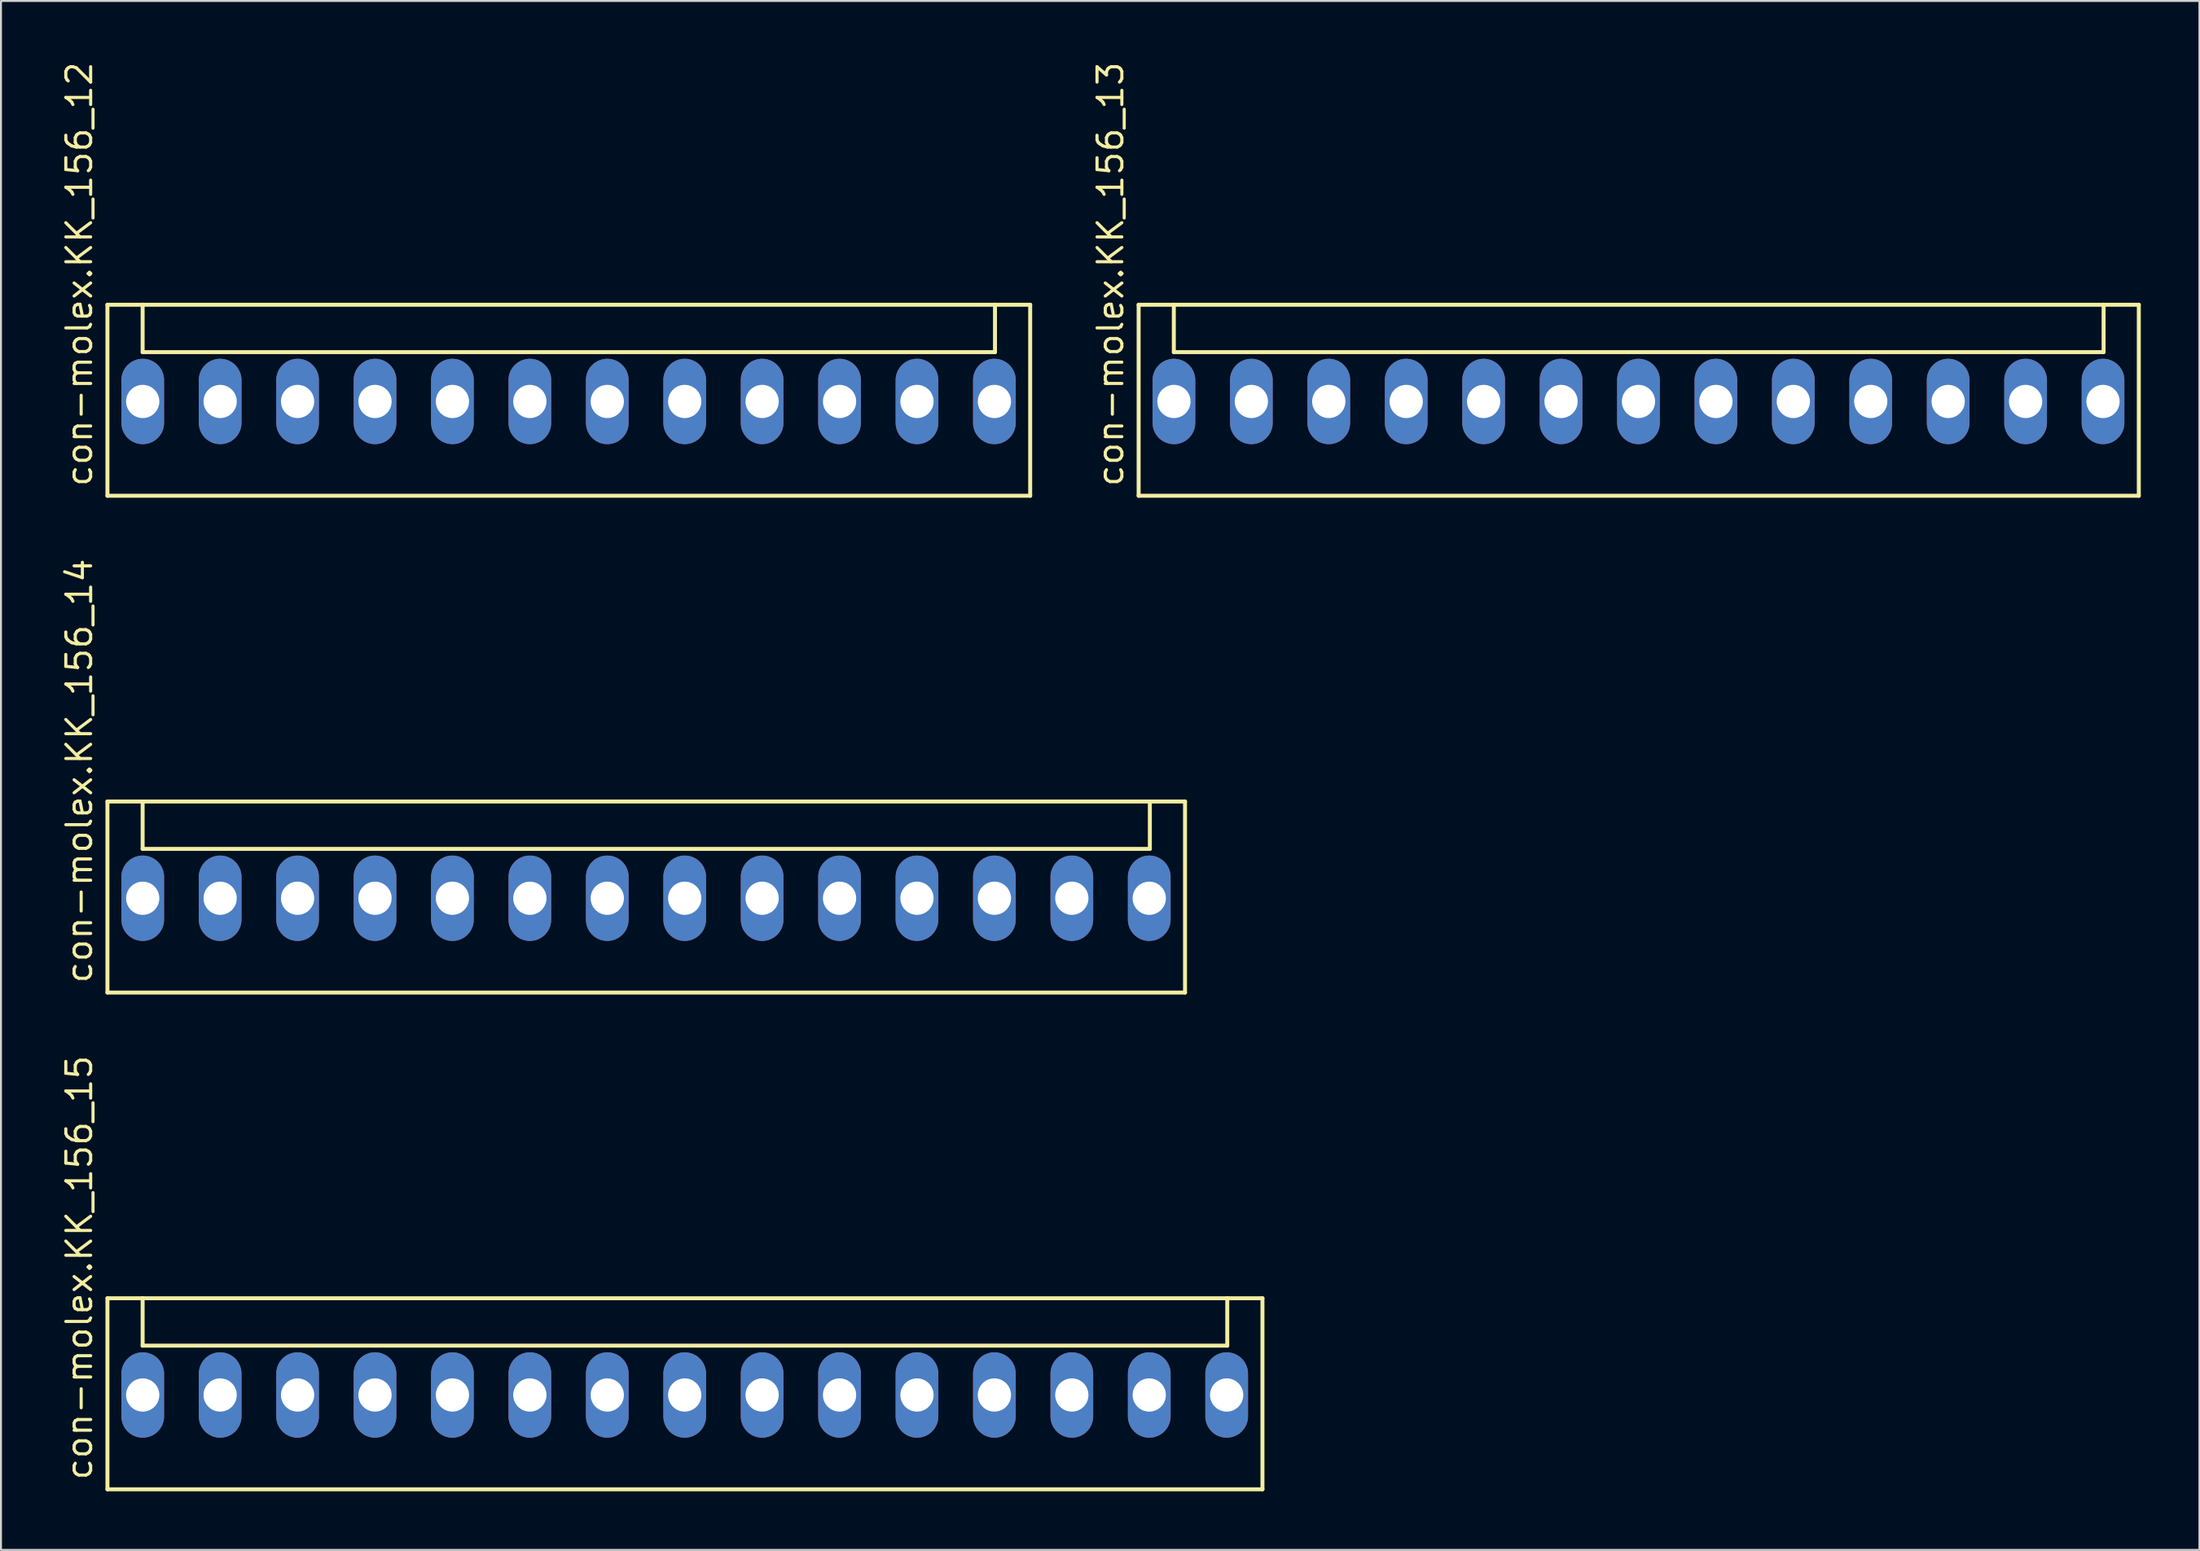
<source format=kicad_pcb>
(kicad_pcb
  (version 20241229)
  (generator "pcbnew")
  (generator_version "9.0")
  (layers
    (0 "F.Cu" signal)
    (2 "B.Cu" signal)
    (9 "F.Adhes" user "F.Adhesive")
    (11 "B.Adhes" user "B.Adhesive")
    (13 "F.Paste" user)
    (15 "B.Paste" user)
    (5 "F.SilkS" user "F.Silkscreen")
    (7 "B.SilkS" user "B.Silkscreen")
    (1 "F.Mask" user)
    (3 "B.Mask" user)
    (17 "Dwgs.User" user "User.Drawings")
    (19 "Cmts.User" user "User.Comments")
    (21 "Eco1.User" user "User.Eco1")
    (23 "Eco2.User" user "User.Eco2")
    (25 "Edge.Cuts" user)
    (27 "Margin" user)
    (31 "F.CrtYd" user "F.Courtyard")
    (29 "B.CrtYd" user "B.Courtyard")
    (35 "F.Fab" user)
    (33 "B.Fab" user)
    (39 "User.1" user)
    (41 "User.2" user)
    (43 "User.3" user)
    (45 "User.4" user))
  (footprint "con-molex.KK_156_15"
    (layer "F.Cu")
    (at 31.97 68.329)
    (property "Reference" "con-molex.KK_156_15" (at -30.22 4.445 90) (layer "F.SilkS") (effects (font (size 1.27 1.27) (thickness 0.16)) (justify left bottom)))
    (attr through_hole)
    (fp_line (start -29.525 -4.95) (end -29.525 4.825) (stroke (width 0.203) (type default)) (layer "F.SilkS"))
    (fp_line (start -29.525 4.825) (end 29.55 4.825) (stroke (width 0.203) (type default)) (layer "F.SilkS"))
    (fp_line (start -27.725 -4.95) (end -29.525 -4.95) (stroke (width 0.203) (type default)) (layer "F.SilkS"))
    (fp_line (start -27.725 -2.525) (end -27.725 -4.95) (stroke (width 0.203) (type default)) (layer "F.SilkS"))
    (fp_line (start -27.725 -2.525) (end 27.75 -2.525) (stroke (width 0.203) (type default)) (layer "F.SilkS"))
    (fp_line (start 27.75 -4.95) (end -27.725 -4.95) (stroke (width 0.203) (type default)) (layer "F.SilkS"))
    (fp_line (start 27.75 -2.525) (end 27.75 -4.95) (stroke (width 0.203) (type default)) (layer "F.SilkS"))
    (fp_line (start 29.55 -4.95) (end 27.75 -4.95) (stroke (width 0.203) (type default)) (layer "F.SilkS"))
    (fp_line (start 29.55 4.825) (end 29.55 -4.95) (stroke (width 0.203) (type default)) (layer "F.SilkS"))
    (pad "1" thru_hole oval (at -27.72 0 90) (size 4.369 2.184) (drill 1.7) (layers "*.Cu" "*.Mask"))
    (pad "2" thru_hole oval (at -23.76 0 90) (size 4.369 2.184) (drill 1.7) (layers "*.Cu" "*.Mask"))
    (pad "3" thru_hole oval (at -19.8 0 90) (size 4.369 2.184) (drill 1.7) (layers "*.Cu" "*.Mask"))
    (pad "4" thru_hole oval (at -15.84 0 90) (size 4.369 2.184) (drill 1.7) (layers "*.Cu" "*.Mask"))
    (pad "5" thru_hole oval (at -11.88 0 90) (size 4.369 2.184) (drill 1.7) (layers "*.Cu" "*.Mask"))
    (pad "6" thru_hole oval (at -7.92 0 90) (size 4.369 2.184) (drill 1.7) (layers "*.Cu" "*.Mask"))
    (pad "7" thru_hole oval (at -3.96 0 90) (size 4.369 2.184) (drill 1.7) (layers "*.Cu" "*.Mask"))
    (pad "8" thru_hole oval (at 0 0 90) (size 4.369 2.184) (drill 1.7) (layers "*.Cu" "*.Mask"))
    (pad "9" thru_hole oval (at 3.96 0 90) (size 4.369 2.184) (drill 1.7) (layers "*.Cu" "*.Mask"))
    (pad "10" thru_hole oval (at 7.92 0 90) (size 4.369 2.184) (drill 1.7) (layers "*.Cu" "*.Mask"))
    (pad "11" thru_hole oval (at 11.88 0 90) (size 4.369 2.184) (drill 1.7) (layers "*.Cu" "*.Mask"))
    (pad "12" thru_hole oval (at 15.84 0 90) (size 4.369 2.184) (drill 1.7) (layers "*.Cu" "*.Mask"))
    (pad "13" thru_hole oval (at 19.8 0 90) (size 4.369 2.184) (drill 1.7) (layers "*.Cu" "*.Mask"))
    (pad "14" thru_hole oval (at 23.76 0 90) (size 4.369 2.184) (drill 1.7) (layers "*.Cu" "*.Mask"))
    (pad "15" thru_hole oval (at 27.72 0 90) (size 4.369 2.184) (drill 1.7) (layers "*.Cu" "*.Mask")))
  (footprint "con-molex.KK_156_12"
    (layer "F.Cu")
    (at 26.03 17.492)
    (property "Reference" "con-molex.KK_156_12" (at -24.28 4.445 90) (layer "F.SilkS") (effects (font (size 1.27 1.27) (thickness 0.16)) (justify left bottom)))
    (attr through_hole)
    (fp_line (start -23.585 -4.95) (end -23.585 4.825) (stroke (width 0.203) (type default)) (layer "F.SilkS"))
    (fp_line (start -23.585 4.825) (end 23.61 4.825) (stroke (width 0.203) (type default)) (layer "F.SilkS"))
    (fp_line (start -21.785 -4.95) (end -23.585 -4.95) (stroke (width 0.203) (type default)) (layer "F.SilkS"))
    (fp_line (start -21.785 -2.525) (end -21.785 -4.95) (stroke (width 0.203) (type default)) (layer "F.SilkS"))
    (fp_line (start -21.785 -2.525) (end 21.81 -2.525) (stroke (width 0.203) (type default)) (layer "F.SilkS"))
    (fp_line (start 21.81 -4.95) (end -21.785 -4.95) (stroke (width 0.203) (type default)) (layer "F.SilkS"))
    (fp_line (start 21.81 -2.525) (end 21.81 -4.95) (stroke (width 0.203) (type default)) (layer "F.SilkS"))
    (fp_line (start 23.61 -4.95) (end 21.81 -4.95) (stroke (width 0.203) (type default)) (layer "F.SilkS"))
    (fp_line (start 23.61 4.825) (end 23.61 -4.95) (stroke (width 0.203) (type default)) (layer "F.SilkS"))
    (pad "1" thru_hole oval (at -21.78 0 90) (size 4.369 2.184) (drill 1.7) (layers "*.Cu" "*.Mask"))
    (pad "2" thru_hole oval (at -17.82 0 90) (size 4.369 2.184) (drill 1.7) (layers "*.Cu" "*.Mask"))
    (pad "3" thru_hole oval (at -13.86 0 90) (size 4.369 2.184) (drill 1.7) (layers "*.Cu" "*.Mask"))
    (pad "4" thru_hole oval (at -9.9 0 90) (size 4.369 2.184) (drill 1.7) (layers "*.Cu" "*.Mask"))
    (pad "5" thru_hole oval (at -5.94 0 90) (size 4.369 2.184) (drill 1.7) (layers "*.Cu" "*.Mask"))
    (pad "6" thru_hole oval (at -1.98 0 90) (size 4.369 2.184) (drill 1.7) (layers "*.Cu" "*.Mask"))
    (pad "7" thru_hole oval (at 1.98 0 90) (size 4.369 2.184) (drill 1.7) (layers "*.Cu" "*.Mask"))
    (pad "8" thru_hole oval (at 5.94 0 90) (size 4.369 2.184) (drill 1.7) (layers "*.Cu" "*.Mask"))
    (pad "9" thru_hole oval (at 9.9 0 90) (size 4.369 2.184) (drill 1.7) (layers "*.Cu" "*.Mask"))
    (pad "10" thru_hole oval (at 13.86 0 90) (size 4.369 2.184) (drill 1.7) (layers "*.Cu" "*.Mask"))
    (pad "11" thru_hole oval (at 17.82 0 90) (size 4.369 2.184) (drill 1.7) (layers "*.Cu" "*.Mask"))
    (pad "12" thru_hole oval (at 21.78 0 90) (size 4.369 2.184) (drill 1.7) (layers "*.Cu" "*.Mask")))
  (footprint "con-molex.KK_156_14"
    (layer "F.Cu")
    (at 29.99 42.911)
    (property "Reference" "con-molex.KK_156_14" (at -28.24 4.445 90) (layer "F.SilkS") (effects (font (size 1.27 1.27) (thickness 0.16)) (justify left bottom)))
    (attr through_hole)
    (fp_line (start -27.545 -4.95) (end -27.545 4.825) (stroke (width 0.203) (type default)) (layer "F.SilkS"))
    (fp_line (start -27.545 4.825) (end 27.57 4.825) (stroke (width 0.203) (type default)) (layer "F.SilkS"))
    (fp_line (start -25.745 -4.95) (end -27.545 -4.95) (stroke (width 0.203) (type default)) (layer "F.SilkS"))
    (fp_line (start -25.745 -2.525) (end -25.745 -4.95) (stroke (width 0.203) (type default)) (layer "F.SilkS"))
    (fp_line (start -25.745 -2.525) (end 25.77 -2.525) (stroke (width 0.203) (type default)) (layer "F.SilkS"))
    (fp_line (start 25.77 -4.95) (end -25.745 -4.95) (stroke (width 0.203) (type default)) (layer "F.SilkS"))
    (fp_line (start 25.77 -2.525) (end 25.77 -4.95) (stroke (width 0.203) (type default)) (layer "F.SilkS"))
    (fp_line (start 27.57 -4.95) (end 25.77 -4.95) (stroke (width 0.203) (type default)) (layer "F.SilkS"))
    (fp_line (start 27.57 4.825) (end 27.57 -4.95) (stroke (width 0.203) (type default)) (layer "F.SilkS"))
    (pad "1" thru_hole oval (at -25.74 0 90) (size 4.369 2.184) (drill 1.7) (layers "*.Cu" "*.Mask"))
    (pad "2" thru_hole oval (at -21.78 0 90) (size 4.369 2.184) (drill 1.7) (layers "*.Cu" "*.Mask"))
    (pad "3" thru_hole oval (at -17.82 0 90) (size 4.369 2.184) (drill 1.7) (layers "*.Cu" "*.Mask"))
    (pad "4" thru_hole oval (at -13.86 0 90) (size 4.369 2.184) (drill 1.7) (layers "*.Cu" "*.Mask"))
    (pad "5" thru_hole oval (at -9.9 0 90) (size 4.369 2.184) (drill 1.7) (layers "*.Cu" "*.Mask"))
    (pad "6" thru_hole oval (at -5.94 0 90) (size 4.369 2.184) (drill 1.7) (layers "*.Cu" "*.Mask"))
    (pad "7" thru_hole oval (at -1.98 0 90) (size 4.369 2.184) (drill 1.7) (layers "*.Cu" "*.Mask"))
    (pad "8" thru_hole oval (at 1.98 0 90) (size 4.369 2.184) (drill 1.7) (layers "*.Cu" "*.Mask"))
    (pad "9" thru_hole oval (at 5.94 0 90) (size 4.369 2.184) (drill 1.7) (layers "*.Cu" "*.Mask"))
    (pad "10" thru_hole oval (at 9.9 0 90) (size 4.369 2.184) (drill 1.7) (layers "*.Cu" "*.Mask"))
    (pad "11" thru_hole oval (at 13.86 0 90) (size 4.369 2.184) (drill 1.7) (layers "*.Cu" "*.Mask"))
    (pad "12" thru_hole oval (at 17.82 0 90) (size 4.369 2.184) (drill 1.7) (layers "*.Cu" "*.Mask"))
    (pad "13" thru_hole oval (at 21.78 0 90) (size 4.369 2.184) (drill 1.7) (layers "*.Cu" "*.Mask"))
    (pad "14" thru_hole oval (at 25.74 0 90) (size 4.369 2.184) (drill 1.7) (layers "*.Cu" "*.Mask")))
  (footprint "con-molex.KK_156_13"
    (layer "F.Cu")
    (at 80.752 17.492)
    (property "Reference" "con-molex.KK_156_13" (at -26.26 4.445 90) (layer "F.SilkS") (effects (font (size 1.27 1.27) (thickness 0.16)) (justify left bottom)))
    (attr through_hole)
    (fp_line (start -25.565 -4.95) (end -25.565 4.825) (stroke (width 0.203) (type default)) (layer "F.SilkS"))
    (fp_line (start -25.565 4.825) (end 25.59 4.825) (stroke (width 0.203) (type default)) (layer "F.SilkS"))
    (fp_line (start -23.765 -4.95) (end -25.565 -4.95) (stroke (width 0.203) (type default)) (layer "F.SilkS"))
    (fp_line (start -23.765 -2.525) (end -23.765 -4.95) (stroke (width 0.203) (type default)) (layer "F.SilkS"))
    (fp_line (start -23.765 -2.525) (end 23.79 -2.525) (stroke (width 0.203) (type default)) (layer "F.SilkS"))
    (fp_line (start 23.79 -4.95) (end -23.765 -4.95) (stroke (width 0.203) (type default)) (layer "F.SilkS"))
    (fp_line (start 23.79 -2.525) (end 23.79 -4.95) (stroke (width 0.203) (type default)) (layer "F.SilkS"))
    (fp_line (start 25.59 -4.95) (end 23.79 -4.95) (stroke (width 0.203) (type default)) (layer "F.SilkS"))
    (fp_line (start 25.59 4.825) (end 25.59 -4.95) (stroke (width 0.203) (type default)) (layer "F.SilkS"))
    (pad "1" thru_hole oval (at -23.76 0 90) (size 4.369 2.184) (drill 1.7) (layers "*.Cu" "*.Mask"))
    (pad "2" thru_hole oval (at -19.8 0 90) (size 4.369 2.184) (drill 1.7) (layers "*.Cu" "*.Mask"))
    (pad "3" thru_hole oval (at -15.84 0 90) (size 4.369 2.184) (drill 1.7) (layers "*.Cu" "*.Mask"))
    (pad "4" thru_hole oval (at -11.88 0 90) (size 4.369 2.184) (drill 1.7) (layers "*.Cu" "*.Mask"))
    (pad "5" thru_hole oval (at -7.92 0 90) (size 4.369 2.184) (drill 1.7) (layers "*.Cu" "*.Mask"))
    (pad "6" thru_hole oval (at -3.96 0 90) (size 4.369 2.184) (drill 1.7) (layers "*.Cu" "*.Mask"))
    (pad "7" thru_hole oval (at 0 0 90) (size 4.369 2.184) (drill 1.7) (layers "*.Cu" "*.Mask"))
    (pad "8" thru_hole oval (at 3.96 0 90) (size 4.369 2.184) (drill 1.7) (layers "*.Cu" "*.Mask"))
    (pad "9" thru_hole oval (at 7.92 0 90) (size 4.369 2.184) (drill 1.7) (layers "*.Cu" "*.Mask"))
    (pad "10" thru_hole oval (at 11.88 0 90) (size 4.369 2.184) (drill 1.7) (layers "*.Cu" "*.Mask"))
    (pad "11" thru_hole oval (at 15.84 0 90) (size 4.369 2.184) (drill 1.7) (layers "*.Cu" "*.Mask"))
    (pad "12" thru_hole oval (at 19.8 0 90) (size 4.369 2.184) (drill 1.7) (layers "*.Cu" "*.Mask"))
    (pad "13" thru_hole oval (at 23.76 0 90) (size 4.369 2.184) (drill 1.7) (layers "*.Cu" "*.Mask")))
  (gr_rect
    (start -3 -3)
    (end 109.443 76.256)
    (stroke (width 0.1) (type default))
    (fill no)
    (layer "Edge.Cuts")))
</source>
